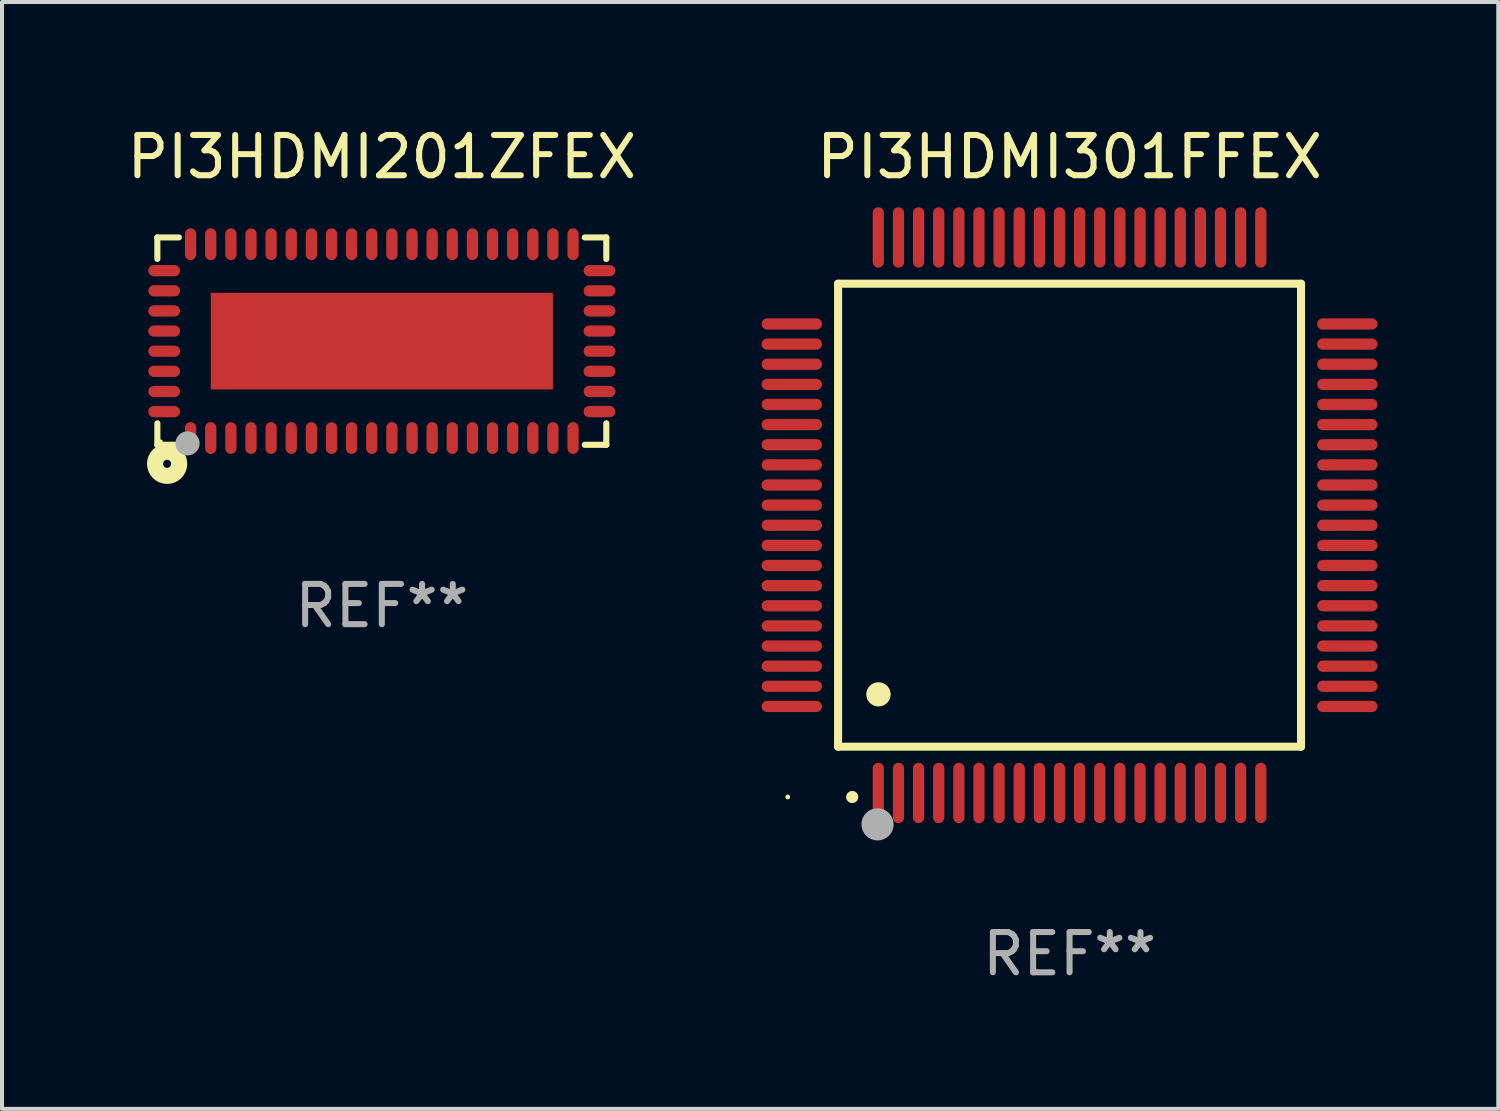
<source format=kicad_pcb>
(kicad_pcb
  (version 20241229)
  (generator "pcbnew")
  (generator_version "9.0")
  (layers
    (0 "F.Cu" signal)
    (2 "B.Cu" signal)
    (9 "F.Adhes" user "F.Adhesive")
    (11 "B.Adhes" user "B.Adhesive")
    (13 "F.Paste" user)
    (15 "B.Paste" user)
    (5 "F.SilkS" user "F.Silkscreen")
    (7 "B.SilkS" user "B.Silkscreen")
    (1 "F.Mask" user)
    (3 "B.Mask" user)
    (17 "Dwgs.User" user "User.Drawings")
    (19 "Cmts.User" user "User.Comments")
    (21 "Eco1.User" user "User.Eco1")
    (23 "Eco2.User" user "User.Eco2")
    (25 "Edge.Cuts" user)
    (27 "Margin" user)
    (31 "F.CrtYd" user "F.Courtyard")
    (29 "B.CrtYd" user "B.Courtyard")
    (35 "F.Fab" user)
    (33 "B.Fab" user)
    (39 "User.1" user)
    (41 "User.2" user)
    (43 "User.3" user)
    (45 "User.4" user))
  (footprint "PI3HDMI201ZFEX"
    (layer "F.Cu")
    (at 6.435 5.424)
    (property "Reference" "PI3HDMI201ZFEX" (at 0 -4.576 0) (layer "F.SilkS") (effects (font (size 1 1) (thickness 0.15))))
    (attr through_hole)
    (fp_line (start -5.576 -2.576) (end -5.576 -2.042) (stroke (width 0.152) (type solid)) (layer "F.SilkS"))
    (fp_line (start -5.576 2.576) (end -5.576 2.042) (stroke (width 0.152) (type solid)) (layer "F.SilkS"))
    (fp_line (start -5.042 -2.576) (end -5.576 -2.576) (stroke (width 0.152) (type solid)) (layer "F.SilkS"))
    (fp_line (start -5.042 2.576) (end -5.576 2.576) (stroke (width 0.152) (type solid)) (layer "F.SilkS"))
    (fp_line (start 5.042 -2.576) (end 5.576 -2.576) (stroke (width 0.152) (type solid)) (layer "F.SilkS"))
    (fp_line (start 5.042 2.576) (end 5.576 2.576) (stroke (width 0.152) (type solid)) (layer "F.SilkS"))
    (fp_line (start 5.576 -2.576) (end 5.576 -2.042) (stroke (width 0.152) (type solid)) (layer "F.SilkS"))
    (fp_line (start 5.576 2.576) (end 5.576 2.042) (stroke (width 0.152) (type solid)) (layer "F.SilkS"))
    (fp_circle (center -5.5 2.5) (end -5.47 2.5) (stroke (width 0.06) (type solid)) (fill no) (layer "F.SilkS"))
    (fp_circle (center -5.334 3.048) (end -5.234 3.048) (stroke (width 0.4) (type solid)) (fill no) (layer "F.SilkS"))
    (fp_circle (center -4.826 2.54) (end -4.676 2.54) (stroke (width 0.3) (type solid)) (fill no) (layer "F.Fab"))
    (fp_text user "REF**" (at 0 6.576 0) (layer "F.Fab") (effects (font (size 1 1) (thickness 0.15))))
    (pad "1" smd oval (at -4.75 2.407) (size 0.28 0.79) (layers "F.Cu" "F.Mask" "F.Paste"))
    (pad "2" smd oval (at -4.25 2.407) (size 0.28 0.79) (layers "F.Cu" "F.Mask" "F.Paste"))
    (pad "3" smd oval (at -3.75 2.407) (size 0.28 0.79) (layers "F.Cu" "F.Mask" "F.Paste"))
    (pad "4" smd oval (at -3.25 2.407) (size 0.28 0.79) (layers "F.Cu" "F.Mask" "F.Paste"))
    (pad "5" smd oval (at -2.75 2.407) (size 0.28 0.79) (layers "F.Cu" "F.Mask" "F.Paste"))
    (pad "6" smd oval (at -2.25 2.407) (size 0.28 0.79) (layers "F.Cu" "F.Mask" "F.Paste"))
    (pad "7" smd oval (at -1.75 2.407) (size 0.28 0.79) (layers "F.Cu" "F.Mask" "F.Paste"))
    (pad "8" smd oval (at -1.25 2.407) (size 0.28 0.79) (layers "F.Cu" "F.Mask" "F.Paste"))
    (pad "9" smd oval (at -0.75 2.407) (size 0.28 0.79) (layers "F.Cu" "F.Mask" "F.Paste"))
    (pad "10" smd oval (at -0.25 2.407) (size 0.28 0.79) (layers "F.Cu" "F.Mask" "F.Paste"))
    (pad "11" smd oval (at 0.25 2.407) (size 0.28 0.79) (layers "F.Cu" "F.Mask" "F.Paste"))
    (pad "12" smd oval (at 0.75 2.407) (size 0.28 0.79) (layers "F.Cu" "F.Mask" "F.Paste"))
    (pad "13" smd oval (at 1.25 2.407) (size 0.28 0.79) (layers "F.Cu" "F.Mask" "F.Paste"))
    (pad "14" smd oval (at 1.75 2.407) (size 0.28 0.79) (layers "F.Cu" "F.Mask" "F.Paste"))
    (pad "15" smd oval (at 2.25 2.407) (size 0.28 0.79) (layers "F.Cu" "F.Mask" "F.Paste"))
    (pad "16" smd oval (at 2.75 2.407) (size 0.28 0.79) (layers "F.Cu" "F.Mask" "F.Paste"))
    (pad "17" smd oval (at 3.25 2.407) (size 0.28 0.79) (layers "F.Cu" "F.Mask" "F.Paste"))
    (pad "18" smd oval (at 3.75 2.407) (size 0.28 0.79) (layers "F.Cu" "F.Mask" "F.Paste"))
    (pad "19" smd oval (at 4.25 2.407) (size 0.28 0.79) (layers "F.Cu" "F.Mask" "F.Paste"))
    (pad "20" smd oval (at 4.75 2.407) (size 0.28 0.79) (layers "F.Cu" "F.Mask" "F.Paste"))
    (pad "21" smd oval (at 5.407 1.75) (size 0.79 0.28) (layers "F.Cu" "F.Mask" "F.Paste"))
    (pad "22" smd oval (at 5.407 1.25) (size 0.79 0.28) (layers "F.Cu" "F.Mask" "F.Paste"))
    (pad "23" smd oval (at 5.407 0.75) (size 0.79 0.28) (layers "F.Cu" "F.Mask" "F.Paste"))
    (pad "24" smd oval (at 5.407 0.25) (size 0.79 0.28) (layers "F.Cu" "F.Mask" "F.Paste"))
    (pad "25" smd oval (at 5.407 -0.25) (size 0.79 0.28) (layers "F.Cu" "F.Mask" "F.Paste"))
    (pad "26" smd oval (at 5.407 -0.75) (size 0.79 0.28) (layers "F.Cu" "F.Mask" "F.Paste"))
    (pad "27" smd oval (at 5.407 -1.25) (size 0.79 0.28) (layers "F.Cu" "F.Mask" "F.Paste"))
    (pad "28" smd oval (at 5.407 -1.75) (size 0.79 0.28) (layers "F.Cu" "F.Mask" "F.Paste"))
    (pad "29" smd oval (at 4.75 -2.407) (size 0.28 0.79) (layers "F.Cu" "F.Mask" "F.Paste"))
    (pad "30" smd oval (at 4.25 -2.407) (size 0.28 0.79) (layers "F.Cu" "F.Mask" "F.Paste"))
    (pad "31" smd oval (at 3.75 -2.407) (size 0.28 0.79) (layers "F.Cu" "F.Mask" "F.Paste"))
    (pad "32" smd oval (at 3.25 -2.407) (size 0.28 0.79) (layers "F.Cu" "F.Mask" "F.Paste"))
    (pad "33" smd oval (at 2.75 -2.407) (size 0.28 0.79) (layers "F.Cu" "F.Mask" "F.Paste"))
    (pad "34" smd oval (at 2.25 -2.407) (size 0.28 0.79) (layers "F.Cu" "F.Mask" "F.Paste"))
    (pad "35" smd oval (at 1.75 -2.407) (size 0.28 0.79) (layers "F.Cu" "F.Mask" "F.Paste"))
    (pad "36" smd oval (at 1.25 -2.407) (size 0.28 0.79) (layers "F.Cu" "F.Mask" "F.Paste"))
    (pad "37" smd oval (at 0.75 -2.407) (size 0.28 0.79) (layers "F.Cu" "F.Mask" "F.Paste"))
    (pad "38" smd oval (at 0.25 -2.407) (size 0.28 0.79) (layers "F.Cu" "F.Mask" "F.Paste"))
    (pad "39" smd oval (at -0.25 -2.407) (size 0.28 0.79) (layers "F.Cu" "F.Mask" "F.Paste"))
    (pad "40" smd oval (at -0.75 -2.407) (size 0.28 0.79) (layers "F.Cu" "F.Mask" "F.Paste"))
    (pad "41" smd oval (at -1.25 -2.407) (size 0.28 0.79) (layers "F.Cu" "F.Mask" "F.Paste"))
    (pad "42" smd oval (at -1.75 -2.407) (size 0.28 0.79) (layers "F.Cu" "F.Mask" "F.Paste"))
    (pad "43" smd oval (at -2.25 -2.407) (size 0.28 0.79) (layers "F.Cu" "F.Mask" "F.Paste"))
    (pad "44" smd oval (at -2.75 -2.407) (size 0.28 0.79) (layers "F.Cu" "F.Mask" "F.Paste"))
    (pad "45" smd oval (at -3.25 -2.407) (size 0.28 0.79) (layers "F.Cu" "F.Mask" "F.Paste"))
    (pad "46" smd oval (at -3.75 -2.407) (size 0.28 0.79) (layers "F.Cu" "F.Mask" "F.Paste"))
    (pad "47" smd oval (at -4.25 -2.407) (size 0.28 0.79) (layers "F.Cu" "F.Mask" "F.Paste"))
    (pad "48" smd oval (at -4.75 -2.407) (size 0.28 0.79) (layers "F.Cu" "F.Mask" "F.Paste"))
    (pad "49" smd oval (at -5.407 -1.75) (size 0.79 0.28) (layers "F.Cu" "F.Mask" "F.Paste"))
    (pad "50" smd oval (at -5.407 -1.25) (size 0.79 0.28) (layers "F.Cu" "F.Mask" "F.Paste"))
    (pad "51" smd oval (at -5.407 -0.75) (size 0.79 0.28) (layers "F.Cu" "F.Mask" "F.Paste"))
    (pad "52" smd oval (at -5.407 -0.25) (size 0.79 0.28) (layers "F.Cu" "F.Mask" "F.Paste"))
    (pad "53" smd oval (at -5.407 0.25) (size 0.79 0.28) (layers "F.Cu" "F.Mask" "F.Paste"))
    (pad "54" smd oval (at -5.407 0.75) (size 0.79 0.28) (layers "F.Cu" "F.Mask" "F.Paste"))
    (pad "55" smd oval (at -5.407 1.25) (size 0.79 0.28) (layers "F.Cu" "F.Mask" "F.Paste"))
    (pad "56" smd oval (at -5.407 1.75) (size 0.79 0.28) (layers "F.Cu" "F.Mask" "F.Paste"))
    (pad "57" smd rect (at 0 0) (size 8.5 2.4) (layers "F.Cu" "F.Mask" "F.Paste")))
  (footprint "PI3HDMI301FFEX"
    (layer "F.Cu")
    (at 23.519 9.748)
    (property "Reference" "PI3HDMI301FFEX" (at 0 -8.9 0) (layer "F.SilkS") (effects (font (size 1 1) (thickness 0.15))))
    (attr through_hole)
    (fp_line (start -5.75 -5.75) (end 5.75 -5.75) (stroke (width 0.2) (type solid)) (layer "F.SilkS"))
    (fp_line (start -5.75 5.75) (end -5.75 -5.75) (stroke (width 0.2) (type solid)) (layer "F.SilkS"))
    (fp_line (start 5.75 -5.75) (end 5.75 5.75) (stroke (width 0.2) (type solid)) (layer "F.SilkS"))
    (fp_line (start 5.75 5.75) (end -5.75 5.75) (stroke (width 0.2) (type solid)) (layer "F.SilkS"))
    (fp_arc (start -5.400051 7.000254) (mid -5.398781 7.000249) (end -5.397511 7.000254) (stroke (width 0.3) (type solid)) (layer "F.SilkS"))
    (fp_arc (start -4.749809 4.450089) (mid -4.747269 4.450078) (end -4.744729 4.450089) (stroke (width 0.6) (type solid)) (layer "F.SilkS"))
    (fp_circle (center -7 7) (end -6.97 7) (stroke (width 0.06) (type solid)) (fill no) (layer "F.SilkS"))
    (fp_circle (center -4.77 7.68) (end -4.57 7.68) (stroke (width 0.4) (type solid)) (fill no) (layer "F.Fab"))
    (fp_text user "REF**" (at 0 10.9 0) (layer "F.Fab") (effects (font (size 1 1) (thickness 0.15))))
    (pad "1" smd oval (at -4.75 6.9) (size 0.28 1.5) (layers "F.Cu" "F.Mask" "F.Paste"))
    (pad "2" smd oval (at -4.25 6.9) (size 0.28 1.5) (layers "F.Cu" "F.Mask" "F.Paste"))
    (pad "3" smd oval (at -3.75 6.9) (size 0.28 1.5) (layers "F.Cu" "F.Mask" "F.Paste"))
    (pad "4" smd oval (at -3.25 6.9) (size 0.28 1.5) (layers "F.Cu" "F.Mask" "F.Paste"))
    (pad "5" smd oval (at -2.75 6.9) (size 0.28 1.5) (layers "F.Cu" "F.Mask" "F.Paste"))
    (pad "6" smd oval (at -2.25 6.9) (size 0.28 1.5) (layers "F.Cu" "F.Mask" "F.Paste"))
    (pad "7" smd oval (at -1.75 6.9) (size 0.28 1.5) (layers "F.Cu" "F.Mask" "F.Paste"))
    (pad "8" smd oval (at -1.25 6.9) (size 0.28 1.5) (layers "F.Cu" "F.Mask" "F.Paste"))
    (pad "9" smd oval (at -0.75 6.9) (size 0.28 1.5) (layers "F.Cu" "F.Mask" "F.Paste"))
    (pad "10" smd oval (at -0.25 6.9) (size 0.28 1.5) (layers "F.Cu" "F.Mask" "F.Paste"))
    (pad "11" smd oval (at 0.25 6.9) (size 0.28 1.5) (layers "F.Cu" "F.Mask" "F.Paste"))
    (pad "12" smd oval (at 0.75 6.9) (size 0.28 1.5) (layers "F.Cu" "F.Mask" "F.Paste"))
    (pad "13" smd oval (at 1.25 6.9) (size 0.28 1.5) (layers "F.Cu" "F.Mask" "F.Paste"))
    (pad "14" smd oval (at 1.75 6.9) (size 0.28 1.5) (layers "F.Cu" "F.Mask" "F.Paste"))
    (pad "15" smd oval (at 2.25 6.9) (size 0.28 1.5) (layers "F.Cu" "F.Mask" "F.Paste"))
    (pad "16" smd oval (at 2.75 6.9) (size 0.28 1.5) (layers "F.Cu" "F.Mask" "F.Paste"))
    (pad "17" smd oval (at 3.25 6.9) (size 0.28 1.5) (layers "F.Cu" "F.Mask" "F.Paste"))
    (pad "18" smd oval (at 3.75 6.9) (size 0.28 1.5) (layers "F.Cu" "F.Mask" "F.Paste"))
    (pad "19" smd oval (at 4.25 6.9) (size 0.28 1.5) (layers "F.Cu" "F.Mask" "F.Paste"))
    (pad "20" smd oval (at 4.75 6.9) (size 0.28 1.5) (layers "F.Cu" "F.Mask" "F.Paste"))
    (pad "21" smd oval (at 6.9 4.75) (size 1.5 0.28) (layers "F.Cu" "F.Mask" "F.Paste"))
    (pad "22" smd oval (at 6.9 4.25) (size 1.5 0.28) (layers "F.Cu" "F.Mask" "F.Paste"))
    (pad "23" smd oval (at 6.9 3.75) (size 1.5 0.28) (layers "F.Cu" "F.Mask" "F.Paste"))
    (pad "24" smd oval (at 6.9 3.25) (size 1.5 0.28) (layers "F.Cu" "F.Mask" "F.Paste"))
    (pad "25" smd oval (at 6.9 2.75) (size 1.5 0.28) (layers "F.Cu" "F.Mask" "F.Paste"))
    (pad "26" smd oval (at 6.9 2.25) (size 1.5 0.28) (layers "F.Cu" "F.Mask" "F.Paste"))
    (pad "27" smd oval (at 6.9 1.75) (size 1.5 0.28) (layers "F.Cu" "F.Mask" "F.Paste"))
    (pad "28" smd oval (at 6.9 1.25) (size 1.5 0.28) (layers "F.Cu" "F.Mask" "F.Paste"))
    (pad "29" smd oval (at 6.9 0.75) (size 1.5 0.28) (layers "F.Cu" "F.Mask" "F.Paste"))
    (pad "30" smd oval (at 6.9 0.25) (size 1.5 0.28) (layers "F.Cu" "F.Mask" "F.Paste"))
    (pad "31" smd oval (at 6.9 -0.25) (size 1.5 0.28) (layers "F.Cu" "F.Mask" "F.Paste"))
    (pad "32" smd oval (at 6.9 -0.75) (size 1.5 0.28) (layers "F.Cu" "F.Mask" "F.Paste"))
    (pad "33" smd oval (at 6.9 -1.25) (size 1.5 0.28) (layers "F.Cu" "F.Mask" "F.Paste"))
    (pad "34" smd oval (at 6.9 -1.75) (size 1.5 0.28) (layers "F.Cu" "F.Mask" "F.Paste"))
    (pad "35" smd oval (at 6.9 -2.25) (size 1.5 0.28) (layers "F.Cu" "F.Mask" "F.Paste"))
    (pad "36" smd oval (at 6.9 -2.75) (size 1.5 0.28) (layers "F.Cu" "F.Mask" "F.Paste"))
    (pad "37" smd oval (at 6.9 -3.25) (size 1.5 0.28) (layers "F.Cu" "F.Mask" "F.Paste"))
    (pad "38" smd oval (at 6.9 -3.75) (size 1.5 0.28) (layers "F.Cu" "F.Mask" "F.Paste"))
    (pad "39" smd oval (at 6.9 -4.25) (size 1.5 0.28) (layers "F.Cu" "F.Mask" "F.Paste"))
    (pad "40" smd oval (at 6.9 -4.75) (size 1.5 0.28) (layers "F.Cu" "F.Mask" "F.Paste"))
    (pad "41" smd oval (at 4.75 -6.9) (size 0.28 1.5) (layers "F.Cu" "F.Mask" "F.Paste"))
    (pad "42" smd oval (at 4.25 -6.9) (size 0.28 1.5) (layers "F.Cu" "F.Mask" "F.Paste"))
    (pad "43" smd oval (at 3.75 -6.9) (size 0.28 1.5) (layers "F.Cu" "F.Mask" "F.Paste"))
    (pad "44" smd oval (at 3.25 -6.9) (size 0.28 1.5) (layers "F.Cu" "F.Mask" "F.Paste"))
    (pad "45" smd oval (at 2.75 -6.9) (size 0.28 1.5) (layers "F.Cu" "F.Mask" "F.Paste"))
    (pad "46" smd oval (at 2.25 -6.9) (size 0.28 1.5) (layers "F.Cu" "F.Mask" "F.Paste"))
    (pad "47" smd oval (at 1.75 -6.9) (size 0.28 1.5) (layers "F.Cu" "F.Mask" "F.Paste"))
    (pad "48" smd oval (at 1.25 -6.9) (size 0.28 1.5) (layers "F.Cu" "F.Mask" "F.Paste"))
    (pad "49" smd oval (at 0.75 -6.9) (size 0.28 1.5) (layers "F.Cu" "F.Mask" "F.Paste"))
    (pad "50" smd oval (at 0.25 -6.9) (size 0.28 1.5) (layers "F.Cu" "F.Mask" "F.Paste"))
    (pad "51" smd oval (at -0.25 -6.9) (size 0.28 1.5) (layers "F.Cu" "F.Mask" "F.Paste"))
    (pad "52" smd oval (at -0.75 -6.9) (size 0.28 1.5) (layers "F.Cu" "F.Mask" "F.Paste"))
    (pad "53" smd oval (at -1.25 -6.9) (size 0.28 1.5) (layers "F.Cu" "F.Mask" "F.Paste"))
    (pad "54" smd oval (at -1.75 -6.9) (size 0.28 1.5) (layers "F.Cu" "F.Mask" "F.Paste"))
    (pad "55" smd oval (at -2.25 -6.9) (size 0.28 1.5) (layers "F.Cu" "F.Mask" "F.Paste"))
    (pad "56" smd oval (at -2.75 -6.9) (size 0.28 1.5) (layers "F.Cu" "F.Mask" "F.Paste"))
    (pad "57" smd oval (at -3.25 -6.9) (size 0.28 1.5) (layers "F.Cu" "F.Mask" "F.Paste"))
    (pad "58" smd oval (at -3.75 -6.9) (size 0.28 1.5) (layers "F.Cu" "F.Mask" "F.Paste"))
    (pad "59" smd oval (at -4.25 -6.9) (size 0.28 1.5) (layers "F.Cu" "F.Mask" "F.Paste"))
    (pad "60" smd oval (at -4.75 -6.9) (size 0.28 1.5) (layers "F.Cu" "F.Mask" "F.Paste"))
    (pad "61" smd oval (at -6.9 -4.75) (size 1.5 0.28) (layers "F.Cu" "F.Mask" "F.Paste"))
    (pad "62" smd oval (at -6.9 -4.25) (size 1.5 0.28) (layers "F.Cu" "F.Mask" "F.Paste"))
    (pad "63" smd oval (at -6.9 -3.75) (size 1.5 0.28) (layers "F.Cu" "F.Mask" "F.Paste"))
    (pad "64" smd oval (at -6.9 -3.25) (size 1.5 0.28) (layers "F.Cu" "F.Mask" "F.Paste"))
    (pad "65" smd oval (at -6.9 -2.75) (size 1.5 0.28) (layers "F.Cu" "F.Mask" "F.Paste"))
    (pad "66" smd oval (at -6.9 -2.25) (size 1.5 0.28) (layers "F.Cu" "F.Mask" "F.Paste"))
    (pad "67" smd oval (at -6.9 -1.75) (size 1.5 0.28) (layers "F.Cu" "F.Mask" "F.Paste"))
    (pad "68" smd oval (at -6.9 -1.25) (size 1.5 0.28) (layers "F.Cu" "F.Mask" "F.Paste"))
    (pad "69" smd oval (at -6.9 -0.75) (size 1.5 0.28) (layers "F.Cu" "F.Mask" "F.Paste"))
    (pad "70" smd oval (at -6.9 -0.25) (size 1.5 0.28) (layers "F.Cu" "F.Mask" "F.Paste"))
    (pad "71" smd oval (at -6.9 0.25) (size 1.5 0.28) (layers "F.Cu" "F.Mask" "F.Paste"))
    (pad "72" smd oval (at -6.9 0.75) (size 1.5 0.28) (layers "F.Cu" "F.Mask" "F.Paste"))
    (pad "73" smd oval (at -6.9 1.25) (size 1.5 0.28) (layers "F.Cu" "F.Mask" "F.Paste"))
    (pad "74" smd oval (at -6.9 1.75) (size 1.5 0.28) (layers "F.Cu" "F.Mask" "F.Paste"))
    (pad "75" smd oval (at -6.9 2.25) (size 1.5 0.28) (layers "F.Cu" "F.Mask" "F.Paste"))
    (pad "76" smd oval (at -6.9 2.75) (size 1.5 0.28) (layers "F.Cu" "F.Mask" "F.Paste"))
    (pad "77" smd oval (at -6.9 3.25) (size 1.5 0.28) (layers "F.Cu" "F.Mask" "F.Paste"))
    (pad "78" smd oval (at -6.9 3.75) (size 1.5 0.28) (layers "F.Cu" "F.Mask" "F.Paste"))
    (pad "79" smd oval (at -6.9 4.25) (size 1.5 0.28) (layers "F.Cu" "F.Mask" "F.Paste"))
    (pad "80" smd oval (at -6.9 4.75) (size 1.5 0.28) (layers "F.Cu" "F.Mask" "F.Paste")))
  (gr_rect
    (start -3 -3)
    (end 34.169 24.496)
    (stroke (width 0.1) (type default))
    (fill no)
    (layer "Edge.Cuts")))
</source>
